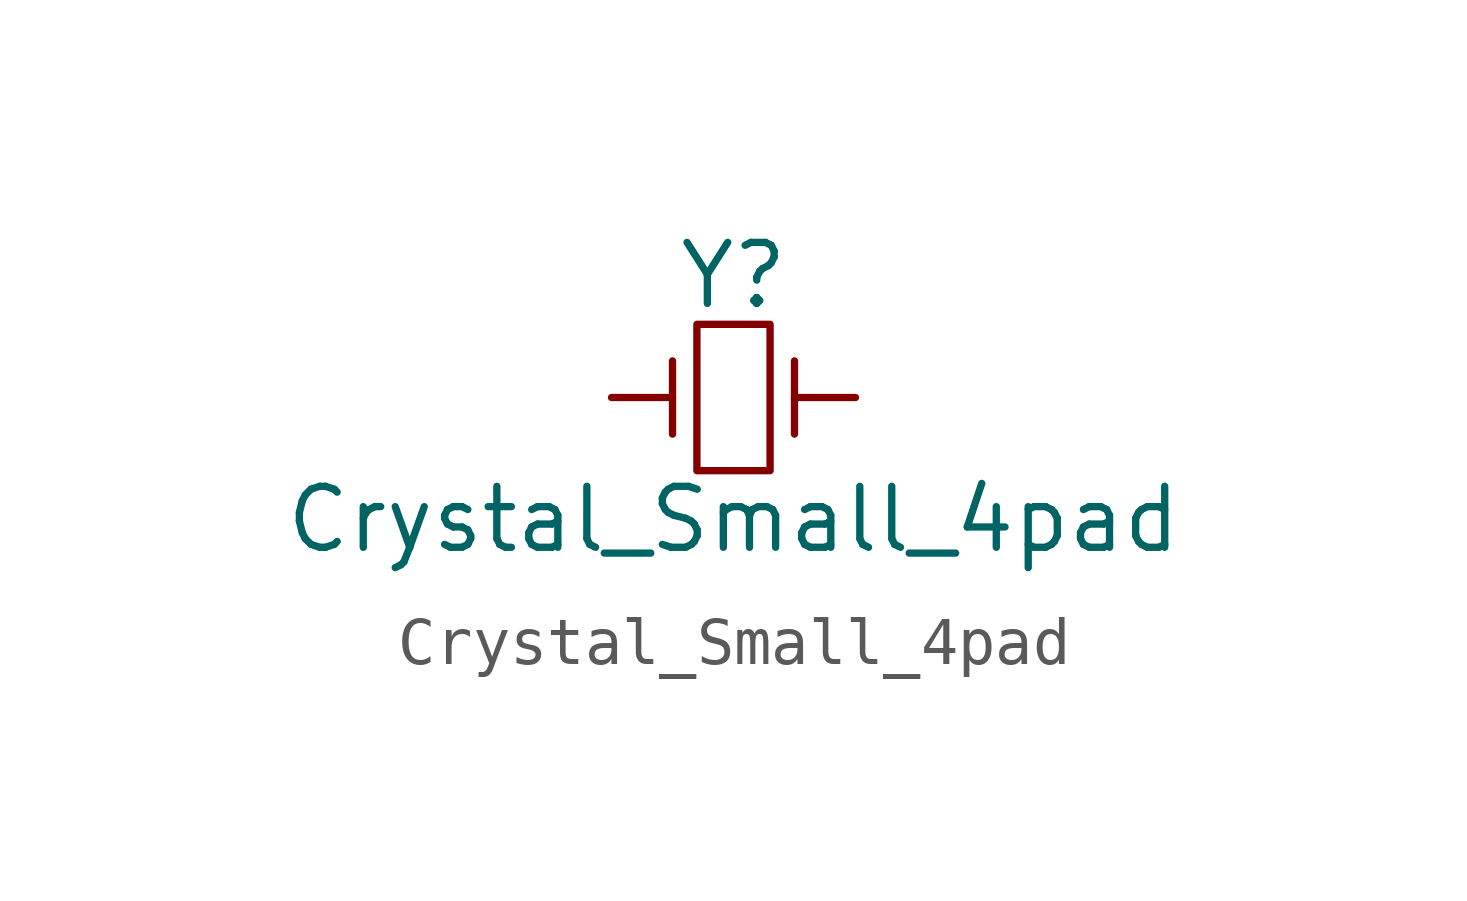
<source format=kicad_sym>
(kicad_symbol_lib
  (version 20220914)
  (generator kicad_symbol_editor)
  (symbol "Crystal_Small_4pad"
    (pin_numbers hide)
    (pin_names
      (offset 1.016) hide)
    (property "Reference" "Y"
      (at 0 2.54 0)
      (effects (font (size 1.27 1.27))))
    (property "Value" "Crystal_Small_4pad"
      (at 0 -2.54 0)
      (effects (font (size 1.27 1.27))))
    (property "Footprint" ""
      (at 0 0 0)
      (effects (font (size 1.27 1.27))))
    (property "Datasheet" ""
      (at 0 0 0)
      (effects (font (size 1.27 1.27))))
    (symbol "Crystal_Small_4pad_0_1"
      (rectangle (start -0.762 -1.524) (end 0.762 1.524) (stroke (width 0) (type solid)) (fill (type none)))
      (polyline (pts (xy -1.27 -0.762) (xy -1.27 0.762)) (stroke (width 0) (type solid)) (fill (type none)))
      (polyline (pts (xy 1.27 -0.762) (xy 1.27 0.762)) (stroke (width 0) (type solid)) (fill (type none))))
    (symbol "Crystal_Small_4pad_1_1"
      (pin passive line (at -2.54 0 0) (length 1.27) (name "1" (effects (font (size 1.016 1.016)))) (number "1" (effects (font (size 1.016 1.016)))))
      (pin passive line (at 2.54 0 180) (length 1.27) (name "2" (effects (font (size 1.016 1.016)))) (number "3" (effects (font (size 1.016 1.016))))))))
</source>
